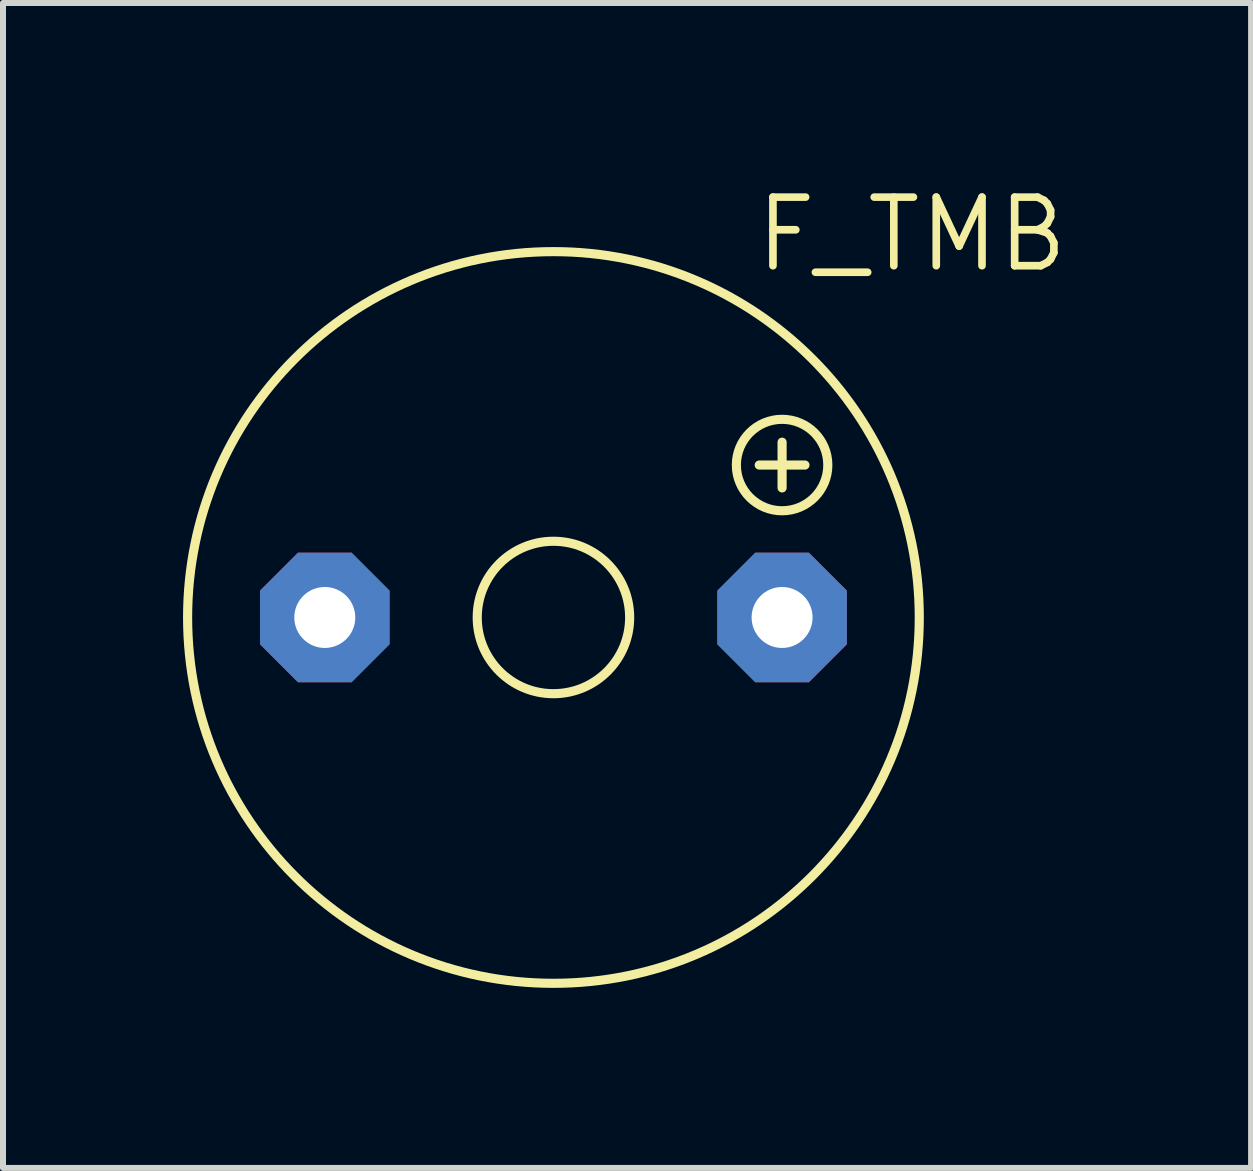
<source format=kicad_pcb>
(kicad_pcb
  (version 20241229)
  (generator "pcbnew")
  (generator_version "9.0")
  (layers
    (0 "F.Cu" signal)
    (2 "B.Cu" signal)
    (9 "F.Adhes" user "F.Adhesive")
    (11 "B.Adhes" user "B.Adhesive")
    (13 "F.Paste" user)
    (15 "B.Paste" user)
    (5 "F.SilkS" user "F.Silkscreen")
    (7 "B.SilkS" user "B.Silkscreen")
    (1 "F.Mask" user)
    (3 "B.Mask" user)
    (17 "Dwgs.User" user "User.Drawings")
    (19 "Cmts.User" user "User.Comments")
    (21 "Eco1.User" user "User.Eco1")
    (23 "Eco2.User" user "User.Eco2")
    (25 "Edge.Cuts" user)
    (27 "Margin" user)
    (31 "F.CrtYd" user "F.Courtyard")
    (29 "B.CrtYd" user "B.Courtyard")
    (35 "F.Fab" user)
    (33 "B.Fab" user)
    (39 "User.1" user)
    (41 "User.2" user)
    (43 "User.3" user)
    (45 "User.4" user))
  (footprint "F_TMB"
    (layer "F.Cu")
    (at 6.172 7.239)
    (property "Reference" "F_TMB" (at 3.302 -5.715 0) (layer "F.SilkS") (effects (font (size 1.143 1.143) (thickness 0.127)) (justify left bottom)))
    (fp_line (start 3.429 -2.54) (end 4.191 -2.54) (stroke (width 0.152) (type solid)) (layer "F.SilkS"))
    (fp_line (start 3.81 -2.159) (end 3.81 -2.921) (stroke (width 0.152) (type solid)) (layer "F.SilkS"))
    (fp_circle (center 0 0) (end 1.27 0) (stroke (width 0.152) (type solid)) (fill no) (layer "F.SilkS"))
    (fp_circle (center 0 0) (end 6.096 0) (stroke (width 0.152) (type solid)) (fill no) (layer "F.SilkS"))
    (fp_circle (center 3.81 -2.54) (end 4.572 -2.54) (stroke (width 0.152) (type solid)) (fill no) (layer "F.SilkS"))
    (pad "+" thru_hole roundrect (at 3.81 0) (size 2.159 2.159) (drill 1.016) (layers "*.Cu" "*.Mask") (roundrect_rratio 0.25) (chamfer_ratio 0.293) (chamfer top_left top_right bottom_left bottom_right))
    (pad "-" thru_hole roundrect (at -3.81 0) (size 2.159 2.159) (drill 1.016) (layers "*.Cu" "*.Mask") (roundrect_rratio 0.25) (chamfer_ratio 0.293) (chamfer top_left top_right bottom_left bottom_right)))
  (gr_rect
    (start -3 -3)
    (end 17.797 16.411)
    (stroke (width 0.1) (type default))
    (fill no)
    (layer "Edge.Cuts")))
</source>
